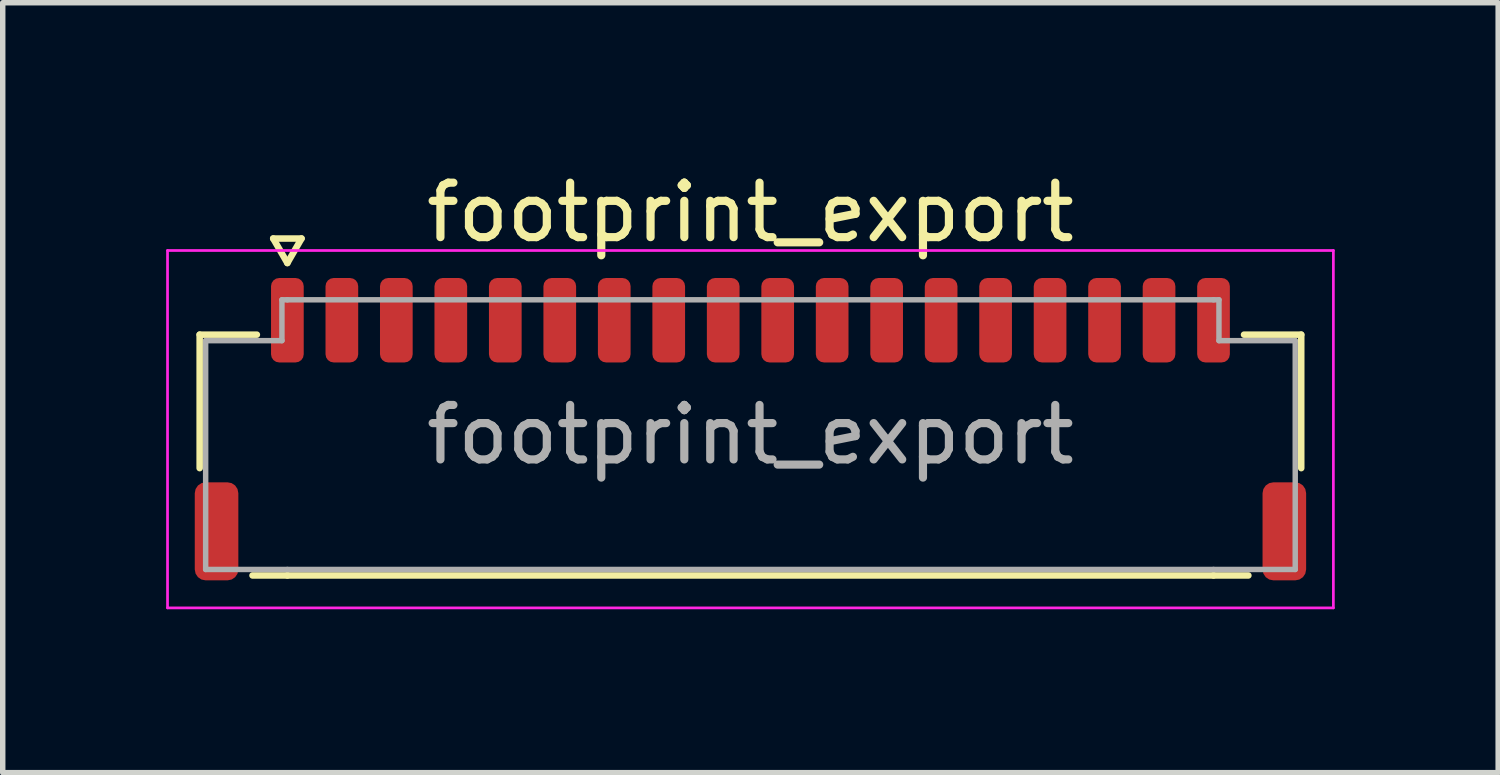
<source format=kicad_pcb>
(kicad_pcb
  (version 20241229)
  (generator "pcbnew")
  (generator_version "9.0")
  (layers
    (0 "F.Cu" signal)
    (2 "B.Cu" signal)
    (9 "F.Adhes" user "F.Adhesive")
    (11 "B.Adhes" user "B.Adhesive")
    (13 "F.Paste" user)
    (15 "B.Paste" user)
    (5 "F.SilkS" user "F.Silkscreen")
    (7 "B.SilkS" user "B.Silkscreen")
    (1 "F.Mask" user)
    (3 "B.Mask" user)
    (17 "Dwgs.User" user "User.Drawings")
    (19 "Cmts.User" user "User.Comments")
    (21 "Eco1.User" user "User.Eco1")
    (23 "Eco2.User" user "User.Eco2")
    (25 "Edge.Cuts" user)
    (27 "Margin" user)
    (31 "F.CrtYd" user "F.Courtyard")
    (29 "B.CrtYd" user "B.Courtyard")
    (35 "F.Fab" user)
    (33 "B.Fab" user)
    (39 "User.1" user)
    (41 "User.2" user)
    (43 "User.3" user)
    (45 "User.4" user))
  (footprint "footprint_export"
    (layer "F.Cu")
    (at 10.725 4.928)
    (property "Reference" "footprint_export" (at 0 -4.08 0) (layer "F.SilkS") (effects (font (size 1 1) (thickness 0.15))))
    (attr smd)
    (fp_line (start -10.11 -1.835) (end -9.06 -1.835) (stroke (width 0.12) (type solid)) (layer "F.SilkS"))
    (fp_line (start -10.11 0.615) (end -10.11 -1.835) (stroke (width 0.12) (type solid)) (layer "F.SilkS"))
    (fp_line (start -8.76 -3.6) (end -8.5 -3.15) (stroke (width 0.12) (type solid)) (layer "F.SilkS"))
    (fp_line (start -8.5 -3.15) (end -8.24 -3.6) (stroke (width 0.12) (type solid)) (layer "F.SilkS"))
    (fp_line (start -8.5 2.585) (end -9.14 2.585) (stroke (width 0.12) (type solid)) (layer "F.SilkS"))
    (fp_line (start -8.24 -3.6) (end -8.76 -3.6) (stroke (width 0.12) (type solid)) (layer "F.SilkS"))
    (fp_line (start 8.5 2.585) (end -8.5 2.585) (stroke (width 0.12) (type solid)) (layer "F.SilkS"))
    (fp_line (start 9.06 -1.835) (end 10.11 -1.835) (stroke (width 0.12) (type solid)) (layer "F.SilkS"))
    (fp_line (start 9.14 2.585) (end 8.5 2.585) (stroke (width 0.12) (type solid)) (layer "F.SilkS"))
    (fp_line (start 10.11 -1.835) (end 10.11 0.615) (stroke (width 0.12) (type solid)) (layer "F.SilkS"))
    (fp_line (start -10.7 -3.38) (end -10.7 3.18) (stroke (width 0.05) (type solid)) (layer "F.CrtYd"))
    (fp_line (start -10.7 3.18) (end 10.7 3.18) (stroke (width 0.05) (type solid)) (layer "F.CrtYd"))
    (fp_line (start 10.7 -3.38) (end -10.7 -3.38) (stroke (width 0.05) (type solid)) (layer "F.CrtYd"))
    (fp_line (start 10.7 3.18) (end 10.7 -3.38) (stroke (width 0.05) (type solid)) (layer "F.CrtYd"))
    (fp_line (start -10 -1.725) (end -8.6 -1.725) (stroke (width 0.1) (type solid)) (layer "F.Fab"))
    (fp_line (start -10 2.475) (end -10 -1.725) (stroke (width 0.1) (type solid)) (layer "F.Fab"))
    (fp_line (start -8.6 -2.475) (end -8.5 -2.475) (stroke (width 0.1) (type solid)) (layer "F.Fab"))
    (fp_line (start -8.6 -1.725) (end -8.6 -2.475) (stroke (width 0.1) (type solid)) (layer "F.Fab"))
    (fp_line (start -8.5 -2.475) (end 8.5 -2.475) (stroke (width 0.1) (type solid)) (layer "F.Fab"))
    (fp_line (start -8.5 2.475) (end -10 2.475) (stroke (width 0.1) (type solid)) (layer "F.Fab"))
    (fp_line (start 8.5 -2.475) (end 8.6 -2.475) (stroke (width 0.1) (type solid)) (layer "F.Fab"))
    (fp_line (start 8.5 2.475) (end -8.5 2.475) (stroke (width 0.1) (type solid)) (layer "F.Fab"))
    (fp_line (start 8.6 -2.475) (end 8.6 -1.725) (stroke (width 0.1) (type solid)) (layer "F.Fab"))
    (fp_line (start 8.6 -1.725) (end 10 -1.725) (stroke (width 0.1) (type solid)) (layer "F.Fab"))
    (fp_line (start 10 -1.725) (end 10 2.475) (stroke (width 0.1) (type solid)) (layer "F.Fab"))
    (fp_line (start 10 2.475) (end 8.5 2.475) (stroke (width 0.1) (type solid)) (layer "F.Fab"))
    (fp_text user "${REFERENCE}" (at 0 0 0) (layer "F.Fab") (effects (font (size 1 1) (thickness 0.15))))
    (pad "1" smd roundrect (at -8.5 -2.1) (size 0.6 1.55) (layers "F.Cu" "F.Mask" "F.Paste") (roundrect_rratio 0.25))
    (pad "2" smd roundrect (at -7.5 -2.1) (size 0.6 1.55) (layers "F.Cu" "F.Mask" "F.Paste") (roundrect_rratio 0.25))
    (pad "3" smd roundrect (at -6.5 -2.1) (size 0.6 1.55) (layers "F.Cu" "F.Mask" "F.Paste") (roundrect_rratio 0.25))
    (pad "4" smd roundrect (at -5.5 -2.1) (size 0.6 1.55) (layers "F.Cu" "F.Mask" "F.Paste") (roundrect_rratio 0.25))
    (pad "5" smd roundrect (at -4.5 -2.1) (size 0.6 1.55) (layers "F.Cu" "F.Mask" "F.Paste") (roundrect_rratio 0.25))
    (pad "6" smd roundrect (at -3.5 -2.1) (size 0.6 1.55) (layers "F.Cu" "F.Mask" "F.Paste") (roundrect_rratio 0.25))
    (pad "7" smd roundrect (at -2.5 -2.1) (size 0.6 1.55) (layers "F.Cu" "F.Mask" "F.Paste") (roundrect_rratio 0.25))
    (pad "8" smd roundrect (at -1.5 -2.1) (size 0.6 1.55) (layers "F.Cu" "F.Mask" "F.Paste") (roundrect_rratio 0.25))
    (pad "9" smd roundrect (at -0.5 -2.1) (size 0.6 1.55) (layers "F.Cu" "F.Mask" "F.Paste") (roundrect_rratio 0.25))
    (pad "10" smd roundrect (at 0.5 -2.1) (size 0.6 1.55) (layers "F.Cu" "F.Mask" "F.Paste") (roundrect_rratio 0.25))
    (pad "11" smd roundrect (at 1.5 -2.1) (size 0.6 1.55) (layers "F.Cu" "F.Mask" "F.Paste") (roundrect_rratio 0.25))
    (pad "12" smd roundrect (at 2.5 -2.1) (size 0.6 1.55) (layers "F.Cu" "F.Mask" "F.Paste") (roundrect_rratio 0.25))
    (pad "13" smd roundrect (at 3.5 -2.1) (size 0.6 1.55) (layers "F.Cu" "F.Mask" "F.Paste") (roundrect_rratio 0.25))
    (pad "14" smd roundrect (at 4.5 -2.1) (size 0.6 1.55) (layers "F.Cu" "F.Mask" "F.Paste") (roundrect_rratio 0.25))
    (pad "15" smd roundrect (at 5.5 -2.1) (size 0.6 1.55) (layers "F.Cu" "F.Mask" "F.Paste") (roundrect_rratio 0.25))
    (pad "16" smd roundrect (at 6.5 -2.1) (size 0.6 1.55) (layers "F.Cu" "F.Mask" "F.Paste") (roundrect_rratio 0.25))
    (pad "17" smd roundrect (at 7.5 -2.1) (size 0.6 1.55) (layers "F.Cu" "F.Mask" "F.Paste") (roundrect_rratio 0.25))
    (pad "18" smd roundrect (at 8.5 -2.1) (size 0.6 1.55) (layers "F.Cu" "F.Mask" "F.Paste") (roundrect_rratio 0.25))
    (pad "MP" smd roundrect (at -9.8 1.775) (size 0.8 1.8) (layers "F.Cu" "F.Mask" "F.Paste") (roundrect_rratio 0.25))
    (pad "MP" smd roundrect (at 9.8 1.775) (size 0.8 1.8) (layers "F.Cu" "F.Mask" "F.Paste") (roundrect_rratio 0.25)))
  (gr_rect
    (start -3 -3)
    (end 24.45 11.133)
    (stroke (width 0.1) (type default))
    (fill no)
    (layer "Edge.Cuts")))
</source>
